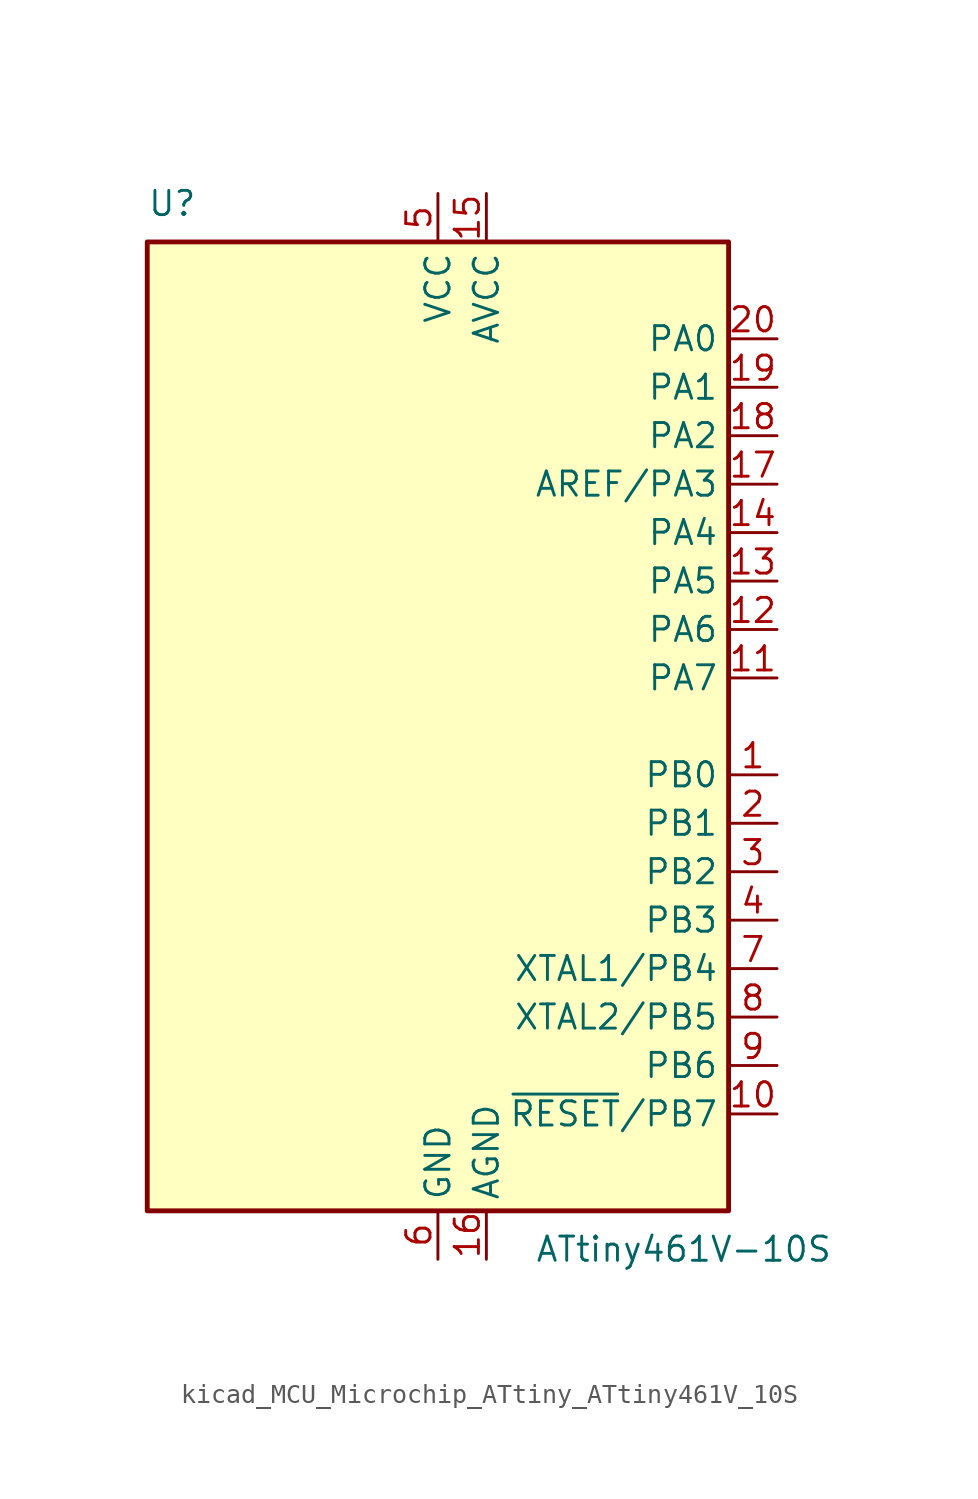
<source format=kicad_sym>
(kicad_symbol_lib
  (version 20220914)
  (generator kicad_symbol_editor)
  (symbol "kicad_MCU_Microchip_ATtiny_ATtiny461V_10S"
    (property "Reference" "U"
      (at -15.24 26.67 0)
      (effects (font (size 1.27 1.27)) (justify left bottom)))
    (property "Value" "ATtiny461V-10S"
      (at 5.08 -26.67 0)
      (effects (font (size 1.27 1.27)) (justify left top)))
    (symbol "kicad_MCU_Microchip_ATtiny_ATtiny461V_10S_0_1"
      (rectangle (start -15.24 -25.4) (end 15.24 25.4) (stroke (width 0.254) (type default)) (fill (type background))))
    (symbol "kicad_MCU_Microchip_ATtiny_ATtiny461V_10S_1_1"
      (pin bidirectional line (at 17.78 -2.54 180) (length 2.54) (name "PB0" (effects (font (size 1.27 1.27)))) (number "1" (effects (font (size 1.27 1.27)))))
      (pin bidirectional line (at 17.78 -20.32 180) (length 2.54) (name "~{RESET}/PB7" (effects (font (size 1.27 1.27)))) (number "10" (effects (font (size 1.27 1.27)))))
      (pin bidirectional line (at 17.78 2.54 180) (length 2.54) (name "PA7" (effects (font (size 1.27 1.27)))) (number "11" (effects (font (size 1.27 1.27)))))
      (pin bidirectional line (at 17.78 5.08 180) (length 2.54) (name "PA6" (effects (font (size 1.27 1.27)))) (number "12" (effects (font (size 1.27 1.27)))))
      (pin bidirectional line (at 17.78 7.62 180) (length 2.54) (name "PA5" (effects (font (size 1.27 1.27)))) (number "13" (effects (font (size 1.27 1.27)))))
      (pin bidirectional line (at 17.78 10.16 180) (length 2.54) (name "PA4" (effects (font (size 1.27 1.27)))) (number "14" (effects (font (size 1.27 1.27)))))
      (pin power_in line (at 2.54 27.94 270) (length 2.54) (name "AVCC" (effects (font (size 1.27 1.27)))) (number "15" (effects (font (size 1.27 1.27)))))
      (pin power_in line (at 2.54 -27.94 90) (length 2.54) (name "AGND" (effects (font (size 1.27 1.27)))) (number "16" (effects (font (size 1.27 1.27)))))
      (pin bidirectional line (at 17.78 12.7 180) (length 2.54) (name "AREF/PA3" (effects (font (size 1.27 1.27)))) (number "17" (effects (font (size 1.27 1.27)))))
      (pin bidirectional line (at 17.78 15.24 180) (length 2.54) (name "PA2" (effects (font (size 1.27 1.27)))) (number "18" (effects (font (size 1.27 1.27)))))
      (pin bidirectional line (at 17.78 17.78 180) (length 2.54) (name "PA1" (effects (font (size 1.27 1.27)))) (number "19" (effects (font (size 1.27 1.27)))))
      (pin bidirectional line (at 17.78 -5.08 180) (length 2.54) (name "PB1" (effects (font (size 1.27 1.27)))) (number "2" (effects (font (size 1.27 1.27)))))
      (pin bidirectional line (at 17.78 20.32 180) (length 2.54) (name "PA0" (effects (font (size 1.27 1.27)))) (number "20" (effects (font (size 1.27 1.27)))))
      (pin bidirectional line (at 17.78 -7.62 180) (length 2.54) (name "PB2" (effects (font (size 1.27 1.27)))) (number "3" (effects (font (size 1.27 1.27)))))
      (pin bidirectional line (at 17.78 -10.16 180) (length 2.54) (name "PB3" (effects (font (size 1.27 1.27)))) (number "4" (effects (font (size 1.27 1.27)))))
      (pin power_in line (at 0 27.94 270) (length 2.54) (name "VCC" (effects (font (size 1.27 1.27)))) (number "5" (effects (font (size 1.27 1.27)))))
      (pin power_in line (at 0 -27.94 90) (length 2.54) (name "GND" (effects (font (size 1.27 1.27)))) (number "6" (effects (font (size 1.27 1.27)))))
      (pin bidirectional line (at 17.78 -12.7 180) (length 2.54) (name "XTAL1/PB4" (effects (font (size 1.27 1.27)))) (number "7" (effects (font (size 1.27 1.27)))))
      (pin bidirectional line (at 17.78 -15.24 180) (length 2.54) (name "XTAL2/PB5" (effects (font (size 1.27 1.27)))) (number "8" (effects (font (size 1.27 1.27)))))
      (pin bidirectional line (at 17.78 -17.78 180) (length 2.54) (name "PB6" (effects (font (size 1.27 1.27)))) (number "9" (effects (font (size 1.27 1.27))))))))
</source>
